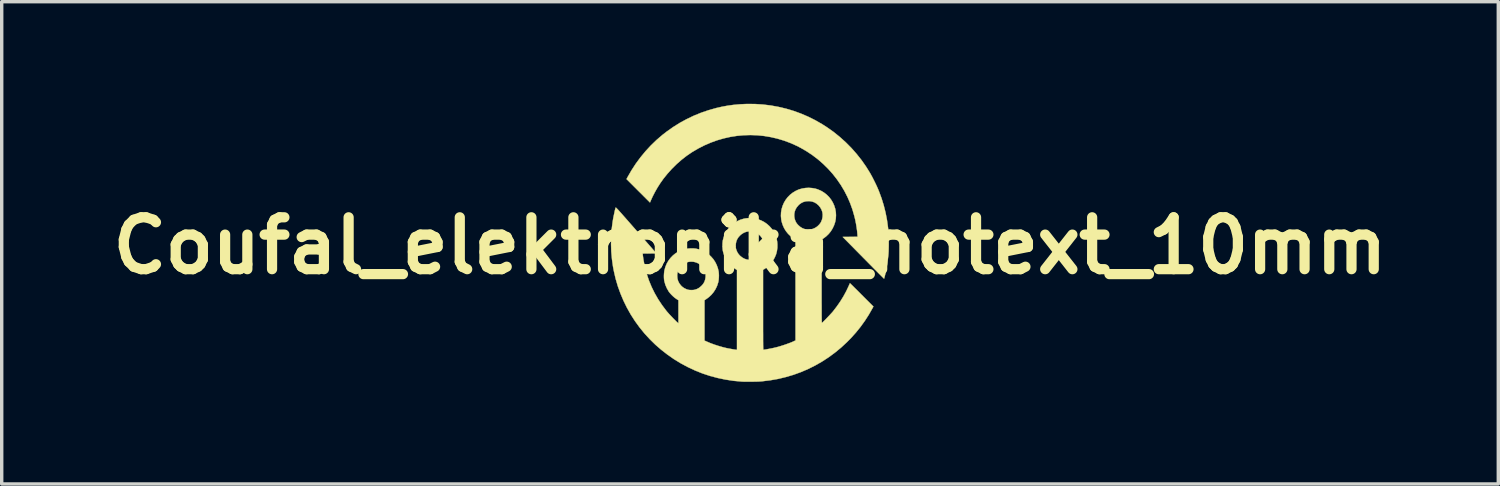
<source format=kicad_pcb>
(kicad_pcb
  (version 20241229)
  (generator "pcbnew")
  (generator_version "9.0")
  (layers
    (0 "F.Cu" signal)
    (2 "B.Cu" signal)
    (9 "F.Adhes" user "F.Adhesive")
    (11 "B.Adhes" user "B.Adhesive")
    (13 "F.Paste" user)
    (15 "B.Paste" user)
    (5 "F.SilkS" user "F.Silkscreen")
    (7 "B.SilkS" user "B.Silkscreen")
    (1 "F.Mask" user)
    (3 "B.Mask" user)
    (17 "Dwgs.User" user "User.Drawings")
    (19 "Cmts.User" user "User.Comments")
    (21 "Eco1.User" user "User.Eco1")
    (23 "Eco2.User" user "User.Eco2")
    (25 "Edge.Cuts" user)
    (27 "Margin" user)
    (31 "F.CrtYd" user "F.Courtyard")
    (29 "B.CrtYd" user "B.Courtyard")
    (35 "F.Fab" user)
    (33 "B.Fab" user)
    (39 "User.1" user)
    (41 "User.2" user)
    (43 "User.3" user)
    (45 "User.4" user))
  (footprint "Coufal_elektronika_notext_10mm"
    (layer "F.Cu")
    (at 18.985 4.169)
    (property "Reference" "Coufal_elektronika_notext_10mm" (at 0 0 0) (layer "F.SilkS") (effects (font (size 1.524 1.524) (thickness 0.3))))
    (attr through_hole)
    (fp_poly (pts (xy 0.146 -4.163) (xy 0.379 -4.148) (xy 0.609 -4.12) (xy 0.836 -4.079) (xy 1.06 -4.026) (xy 1.281 -3.96) (xy 1.498 -3.881) (xy 1.71 -3.79) (xy 1.918 -3.686) (xy 2.12 -3.57) (xy 2.265 -3.477) (xy 2.457 -3.341) (xy 2.639 -3.194) (xy 2.813 -3.037) (xy 2.978 -2.871) (xy 3.132 -2.696) (xy 3.278 -2.512) (xy 3.413 -2.318) (xy 3.528 -2.133) (xy 3.558 -2.079) (xy 3.593 -2.015) (xy 3.629 -1.944) (xy 3.666 -1.87) (xy 3.702 -1.796) (xy 3.735 -1.724) (xy 3.764 -1.657) (xy 3.788 -1.599) (xy 3.864 -1.394) (xy 3.928 -1.187) (xy 3.981 -0.976) (xy 4.023 -0.761) (xy 4.054 -0.538) (xy 4.063 -0.457) (xy 4.067 -0.406) (xy 4.071 -0.345) (xy 4.073 -0.275) (xy 4.075 -0.2) (xy 4.076 -0.121) (xy 4.076 -0.041) (xy 4.075 0.037) (xy 4.073 0.111) (xy 4.071 0.179) (xy 4.067 0.239) (xy 4.063 0.286) (xy 4.051 0.389) (xy 4.038 0.491) (xy 4.023 0.587) (xy 4.008 0.672) (xy 4 0.712) (xy 3.991 0.754) (xy 3.982 0.798) (xy 3.972 0.84) (xy 3.963 0.88) (xy 3.954 0.914) (xy 3.947 0.941) (xy 3.941 0.96) (xy 3.938 0.968) (xy 3.938 0.968) (xy 3.932 0.963) (xy 3.918 0.949) (xy 3.896 0.927) (xy 3.866 0.897) (xy 3.829 0.86) (xy 3.785 0.816) (xy 3.735 0.765) (xy 3.679 0.71) (xy 3.619 0.649) (xy 3.554 0.583) (xy 3.486 0.514) (xy 3.414 0.441) (xy 3.34 0.366) (xy 3.328 0.354) (xy 2.723 -0.259) (xy 2.942 -0.26) (xy 3.16 -0.262) (xy 3.156 -0.329) (xy 3.147 -0.43) (xy 3.132 -0.539) (xy 3.113 -0.653) (xy 3.09 -0.768) (xy 3.067 -0.863) (xy 3.011 -1.059) (xy 2.942 -1.25) (xy 2.862 -1.435) (xy 2.77 -1.614) (xy 2.667 -1.786) (xy 2.553 -1.952) (xy 2.429 -2.11) (xy 2.295 -2.26) (xy 2.152 -2.401) (xy 2 -2.534) (xy 1.839 -2.657) (xy 1.67 -2.77) (xy 1.493 -2.873) (xy 1.375 -2.934) (xy 1.187 -3.018) (xy 0.996 -3.089) (xy 0.803 -3.147) (xy 0.607 -3.192) (xy 0.41 -3.225) (xy 0.212 -3.245) (xy 0.014 -3.252) (xy -0.185 -3.246) (xy -0.383 -3.228) (xy -0.58 -3.197) (xy -0.775 -3.153) (xy -0.968 -3.097) (xy -1.158 -3.028) (xy -1.345 -2.947) (xy -1.528 -2.853) (xy -1.701 -2.751) (xy -1.857 -2.645) (xy -2.009 -2.527) (xy -2.155 -2.399) (xy -2.294 -2.261) (xy -2.424 -2.117) (xy -2.545 -1.967) (xy -2.639 -1.834) (xy -2.718 -1.71) (xy -2.792 -1.58) (xy -2.859 -1.45) (xy -2.904 -1.352) (xy -2.939 -1.27) (xy -3.284 -1.614) (xy -3.628 -1.958) (xy -3.597 -2.016) (xy -3.481 -2.217) (xy -3.354 -2.412) (xy -3.216 -2.599) (xy -3.068 -2.778) (xy -2.911 -2.948) (xy -2.745 -3.108) (xy -2.57 -3.258) (xy -2.449 -3.352) (xy -2.259 -3.486) (xy -2.063 -3.609) (xy -1.859 -3.72) (xy -1.65 -3.82) (xy -1.436 -3.907) (xy -1.217 -3.982) (xy -0.995 -4.044) (xy -0.994 -4.045) (xy -0.821 -4.084) (xy -0.652 -4.115) (xy -0.483 -4.138) (xy -0.311 -4.154) (xy -0.131 -4.163) (xy -0.087 -4.164) (xy 0.146 -4.163)) (stroke (width 0.01) (type solid)) (fill yes) (layer "F.SilkS"))
    (fp_poly (pts (xy 1.825 -1.694) (xy 1.92 -1.677) (xy 1.991 -1.655) (xy 2.084 -1.615) (xy 2.171 -1.563) (xy 2.25 -1.502) (xy 2.321 -1.432) (xy 2.382 -1.354) (xy 2.433 -1.269) (xy 2.474 -1.178) (xy 2.504 -1.083) (xy 2.521 -0.983) (xy 2.526 -0.894) (xy 2.52 -0.793) (xy 2.501 -0.694) (xy 2.469 -0.599) (xy 2.426 -0.508) (xy 2.373 -0.422) (xy 2.309 -0.344) (xy 2.236 -0.274) (xy 2.162 -0.218) (xy 2.103 -0.179) (xy 2.103 1.046) (xy 2.103 1.197) (xy 2.103 1.335) (xy 2.103 1.46) (xy 2.103 1.574) (xy 2.103 1.677) (xy 2.104 1.769) (xy 2.104 1.851) (xy 2.104 1.924) (xy 2.104 1.987) (xy 2.104 2.043) (xy 2.105 2.09) (xy 2.105 2.131) (xy 2.106 2.165) (xy 2.106 2.192) (xy 2.107 2.215) (xy 2.108 2.232) (xy 2.109 2.245) (xy 2.11 2.255) (xy 2.111 2.261) (xy 2.112 2.264) (xy 2.113 2.266) (xy 2.115 2.266) (xy 2.115 2.265) (xy 2.125 2.258) (xy 2.143 2.241) (xy 2.167 2.218) (xy 2.196 2.189) (xy 2.228 2.156) (xy 2.263 2.12) (xy 2.298 2.083) (xy 2.333 2.046) (xy 2.366 2.01) (xy 2.396 1.978) (xy 2.421 1.95) (xy 2.439 1.929) (xy 2.549 1.786) (xy 2.651 1.639) (xy 2.744 1.489) (xy 2.826 1.338) (xy 2.897 1.188) (xy 2.91 1.158) (xy 2.921 1.133) (xy 2.929 1.114) (xy 2.935 1.103) (xy 2.936 1.102) (xy 2.942 1.107) (xy 2.956 1.12) (xy 2.977 1.141) (xy 3.007 1.17) (xy 3.042 1.205) (xy 3.083 1.246) (xy 3.13 1.292) (xy 3.18 1.342) (xy 3.234 1.396) (xy 3.282 1.445) (xy 3.625 1.787) (xy 3.602 1.829) (xy 3.491 2.024) (xy 3.372 2.209) (xy 3.246 2.384) (xy 3.111 2.551) (xy 2.966 2.713) (xy 2.851 2.829) (xy 2.678 2.99) (xy 2.497 3.139) (xy 2.31 3.277) (xy 2.116 3.403) (xy 1.915 3.518) (xy 1.709 3.621) (xy 1.497 3.712) (xy 1.279 3.791) (xy 1.056 3.857) (xy 0.829 3.912) (xy 0.597 3.953) (xy 0.361 3.982) (xy 0.333 3.985) (xy 0.296 3.987) (xy 0.248 3.99) (xy 0.191 3.992) (xy 0.129 3.993) (xy 0.064 3.994) (xy -0.002 3.995) (xy -0.066 3.995) (xy -0.126 3.995) (xy -0.179 3.994) (xy -0.223 3.992) (xy -0.245 3.991) (xy -0.485 3.969) (xy -0.72 3.933) (xy -0.95 3.885) (xy -1.176 3.825) (xy -1.397 3.752) (xy -1.613 3.666) (xy -1.823 3.568) (xy -2.029 3.458) (xy -2.229 3.336) (xy -2.423 3.201) (xy -2.607 3.058) (xy -2.782 2.906) (xy -2.946 2.745) (xy -3.101 2.576) (xy -3.246 2.398) (xy -3.38 2.213) (xy -3.504 2.02) (xy -3.616 1.821) (xy -3.717 1.615) (xy -3.806 1.404) (xy -3.884 1.188) (xy -3.949 0.967) (xy -4.001 0.741) (xy -4.025 0.615) (xy -4.056 0.396) (xy -4.076 0.175) (xy -4.083 -0.047) (xy -4.079 -0.268) (xy -4.064 -0.487) (xy -4.036 -0.702) (xy -4.021 -0.793) (xy -4.013 -0.836) (xy -4.003 -0.883) (xy -3.993 -0.93) (xy -3.983 -0.977) (xy -3.974 -1.021) (xy -3.965 -1.059) (xy -3.957 -1.089) (xy -3.951 -1.11) (xy -3.949 -1.117) (xy -3.947 -1.119) (xy -3.946 -1.12) (xy -3.943 -1.12) (xy -3.939 -1.118) (xy -3.933 -1.114) (xy -3.924 -1.106) (xy -3.913 -1.095) (xy -3.899 -1.08) (xy -3.88 -1.061) (xy -3.858 -1.037) (xy -3.832 -1.007) (xy -3.8 -0.972) (xy -3.763 -0.93) (xy -3.72 -0.881) (xy -3.67 -0.825) (xy -3.614 -0.761) (xy -3.551 -0.689) (xy -3.48 -0.608) (xy -3.4 -0.517) (xy -3.346 -0.455) (xy -2.751 0.225) (xy -2.952 0.227) (xy -3.153 0.229) (xy -3.149 0.28) (xy -3.146 0.305) (xy -3.141 0.34) (xy -3.136 0.38) (xy -3.129 0.42) (xy -3.128 0.429) (xy -3.088 0.63) (xy -3.035 0.828) (xy -2.97 1.021) (xy -2.892 1.21) (xy -2.802 1.393) (xy -2.7 1.571) (xy -2.586 1.743) (xy -2.461 1.909) (xy -2.434 1.942) (xy -2.41 1.969) (xy -2.381 2.002) (xy -2.347 2.039) (xy -2.31 2.078) (xy -2.273 2.117) (xy -2.236 2.155) (xy -2.201 2.19) (xy -2.171 2.22) (xy -2.146 2.244) (xy -2.128 2.259) (xy -2.103 2.279) (xy -2.103 1.602) (xy -2.165 1.562) (xy -2.21 1.53) (xy -2.257 1.49) (xy -2.304 1.445) (xy -2.346 1.399) (xy -2.381 1.356) (xy -2.389 1.344) (xy -2.443 1.25) (xy -2.486 1.151) (xy -2.515 1.048) (xy -2.521 1.021) (xy -2.526 0.98) (xy -2.529 0.929) (xy -2.529 0.88) (xy -2.139 0.88) (xy -2.139 0.894) (xy -2.132 0.968) (xy -2.112 1.037) (xy -2.079 1.103) (xy -2.034 1.163) (xy -2.007 1.191) (xy -1.97 1.222) (xy -1.924 1.251) (xy -1.875 1.275) (xy -1.827 1.292) (xy -1.82 1.294) (xy -1.784 1.3) (xy -1.74 1.302) (xy -1.694 1.302) (xy -1.652 1.299) (xy -1.623 1.293) (xy -1.557 1.271) (xy -1.497 1.238) (xy -1.442 1.193) (xy -1.428 1.18) (xy -1.386 1.134) (xy -1.355 1.088) (xy -1.332 1.039) (xy -1.317 0.99) (xy -1.305 0.919) (xy -1.305 0.848) (xy -1.317 0.78) (xy -1.34 0.716) (xy -1.373 0.656) (xy -1.414 0.603) (xy -1.463 0.557) (xy -1.52 0.519) (xy -1.583 0.491) (xy -1.651 0.473) (xy -1.713 0.468) (xy -1.763 0.469) (xy -1.807 0.475) (xy -1.849 0.487) (xy -1.895 0.506) (xy -1.908 0.512) (xy -1.967 0.548) (xy -2.02 0.593) (xy -2.065 0.648) (xy -2.095 0.699) (xy -2.116 0.747) (xy -2.129 0.79) (xy -2.137 0.832) (xy -2.139 0.88) (xy -2.529 0.88) (xy -2.529 0.873) (xy -2.526 0.817) (xy -2.521 0.765) (xy -2.514 0.722) (xy -2.486 0.621) (xy -2.447 0.527) (xy -2.397 0.44) (xy -2.336 0.36) (xy -2.267 0.288) (xy -2.189 0.225) (xy -2.103 0.172) (xy -2.01 0.13) (xy -1.911 0.099) (xy -1.869 0.09) (xy -1.826 0.084) (xy -1.774 0.08) (xy -1.718 0.078) (xy -1.663 0.079) (xy -1.614 0.083) (xy -1.586 0.087) (xy -1.485 0.111) (xy -1.39 0.147) (xy -1.301 0.194) (xy -1.219 0.251) (xy -1.146 0.318) (xy -1.08 0.393) (xy -1.024 0.477) (xy -0.979 0.567) (xy -0.944 0.664) (xy -0.923 0.755) (xy -0.917 0.809) (xy -0.914 0.871) (xy -0.916 0.937) (xy -0.921 1) (xy -0.93 1.057) (xy -0.936 1.082) (xy -0.968 1.18) (xy -1.012 1.273) (xy -1.067 1.359) (xy -1.132 1.438) (xy -1.205 1.507) (xy -1.271 1.557) (xy -1.337 1.601) (xy -1.337 2.787) (xy -1.284 2.811) (xy -1.172 2.859) (xy -1.051 2.904) (xy -0.924 2.945) (xy -0.796 2.982) (xy -0.706 3.004) (xy -0.669 3.012) (xy -0.628 3.02) (xy -0.584 3.028) (xy -0.539 3.036) (xy -0.496 3.044) (xy -0.458 3.05) (xy -0.427 3.055) (xy -0.405 3.057) (xy -0.398 3.057) (xy -0.383 3.057) (xy -0.383 0.714) (xy -0.452 0.668) (xy -0.534 0.605) (xy -0.607 0.533) (xy -0.67 0.453) (xy -0.722 0.364) (xy -0.764 0.269) (xy -0.794 0.167) (xy -0.797 0.153) (xy -0.804 0.11) (xy -0.808 0.058) (xy -0.81 0.001) (xy -0.809 -0.003) (xy -0.419 -0.003) (xy -0.419 0.033) (xy -0.417 0.061) (xy -0.413 0.084) (xy -0.406 0.109) (xy -0.401 0.124) (xy -0.377 0.182) (xy -0.348 0.231) (xy -0.311 0.276) (xy -0.287 0.3) (xy -0.229 0.346) (xy -0.165 0.382) (xy -0.096 0.405) (xy -0.091 0.406) (xy -0.041 0.413) (xy 0.014 0.414) (xy 0.07 0.408) (xy 0.119 0.398) (xy 0.121 0.397) (xy 0.189 0.369) (xy 0.249 0.33) (xy 0.302 0.283) (xy 0.346 0.227) (xy 0.38 0.165) (xy 0.403 0.097) (xy 0.414 0.026) (xy 0.415 -0.03) (xy 0.404 -0.103) (xy 0.38 -0.171) (xy 0.346 -0.234) (xy 0.302 -0.29) (xy 0.249 -0.338) (xy 0.187 -0.376) (xy 0.118 -0.404) (xy 0.097 -0.41) (xy 0.024 -0.422) (xy -0.047 -0.421) (xy -0.117 -0.407) (xy -0.184 -0.38) (xy -0.246 -0.341) (xy -0.285 -0.309) (xy -0.336 -0.255) (xy -0.374 -0.197) (xy -0.4 -0.136) (xy -0.415 -0.07) (xy -0.419 -0.003) (xy -0.809 -0.003) (xy -0.809 -0.056) (xy -0.805 -0.109) (xy -0.799 -0.154) (xy -0.798 -0.16) (xy -0.769 -0.262) (xy -0.73 -0.358) (xy -0.679 -0.447) (xy -0.619 -0.528) (xy -0.549 -0.601) (xy -0.471 -0.664) (xy -0.385 -0.717) (xy -0.291 -0.76) (xy -0.191 -0.791) (xy -0.167 -0.797) (xy -0.118 -0.805) (xy -0.061 -0.81) (xy -0.000416 -0.812) (xy 0.058 -0.81) (xy 0.111 -0.805) (xy 0.122 -0.804) (xy 0.225 -0.78) (xy 0.322 -0.745) (xy 0.413 -0.698) (xy 0.496 -0.641) (xy 0.572 -0.573) (xy 0.64 -0.496) (xy 0.697 -0.41) (xy 0.724 -0.359) (xy 0.759 -0.28) (xy 0.783 -0.201) (xy 0.798 -0.119) (xy 0.804 -0.046) (xy 0.803 0.059) (xy 0.79 0.158) (xy 0.765 0.254) (xy 0.726 0.346) (xy 0.675 0.438) (xy 0.667 0.449) (xy 0.633 0.496) (xy 0.59 0.545) (xy 0.543 0.592) (xy 0.494 0.634) (xy 0.447 0.668) (xy 0.442 0.672) (xy 0.383 0.709) (xy 0.383 1.883) (xy 0.383 2.032) (xy 0.383 2.169) (xy 0.383 2.293) (xy 0.383 2.405) (xy 0.383 2.506) (xy 0.384 2.596) (xy 0.384 2.676) (xy 0.384 2.747) (xy 0.384 2.809) (xy 0.385 2.862) (xy 0.385 2.908) (xy 0.386 2.946) (xy 0.386 2.978) (xy 0.387 3.003) (xy 0.388 3.023) (xy 0.389 3.037) (xy 0.39 3.048) (xy 0.391 3.054) (xy 0.392 3.057) (xy 0.393 3.057) (xy 0.408 3.056) (xy 0.434 3.052) (xy 0.469 3.047) (xy 0.51 3.039) (xy 0.555 3.031) (xy 0.601 3.022) (xy 0.647 3.013) (xy 0.69 3.004) (xy 0.728 2.995) (xy 0.75 2.99) (xy 0.817 2.973) (xy 0.889 2.952) (xy 0.964 2.928) (xy 1.038 2.904) (xy 1.11 2.878) (xy 1.178 2.853) (xy 1.238 2.829) (xy 1.288 2.806) (xy 1.305 2.798) (xy 1.337 2.782) (xy 1.337 1.302) (xy 1.336 -0.178) (xy 1.27 -0.221) (xy 1.19 -0.281) (xy 1.119 -0.35) (xy 1.056 -0.428) (xy 1.003 -0.514) (xy 0.962 -0.605) (xy 0.931 -0.701) (xy 0.917 -0.773) (xy 0.909 -0.863) (xy 1.299 -0.863) (xy 1.31 -0.797) (xy 1.329 -0.738) (xy 1.352 -0.688) (xy 1.384 -0.642) (xy 1.421 -0.601) (xy 1.48 -0.551) (xy 1.543 -0.513) (xy 1.61 -0.488) (xy 1.68 -0.476) (xy 1.755 -0.476) (xy 1.811 -0.485) (xy 1.833 -0.491) (xy 1.861 -0.502) (xy 1.892 -0.514) (xy 1.901 -0.519) (xy 1.95 -0.547) (xy 1.997 -0.585) (xy 2.039 -0.628) (xy 2.073 -0.673) (xy 2.088 -0.7) (xy 2.117 -0.773) (xy 2.132 -0.846) (xy 2.135 -0.918) (xy 2.125 -0.989) (xy 2.101 -1.057) (xy 2.066 -1.121) (xy 2.018 -1.181) (xy 2.009 -1.19) (xy 1.953 -1.238) (xy 1.892 -1.274) (xy 1.827 -1.297) (xy 1.755 -1.309) (xy 1.717 -1.31) (xy 1.642 -1.305) (xy 1.574 -1.287) (xy 1.511 -1.258) (xy 1.452 -1.216) (xy 1.425 -1.19) (xy 1.376 -1.133) (xy 1.338 -1.07) (xy 1.313 -1.003) (xy 1.3 -0.933) (xy 1.299 -0.863) (xy 0.909 -0.863) (xy 0.908 -0.875) (xy 0.912 -0.976) (xy 0.928 -1.074) (xy 0.956 -1.168) (xy 0.995 -1.259) (xy 1.044 -1.343) (xy 1.103 -1.421) (xy 1.172 -1.492) (xy 1.249 -1.554) (xy 1.335 -1.607) (xy 1.428 -1.65) (xy 1.443 -1.655) (xy 1.534 -1.681) (xy 1.629 -1.696) (xy 1.727 -1.701) (xy 1.825 -1.694)) (stroke (width 0.01) (type solid)) (fill yes) (layer "F.SilkS")))
  (gr_rect
    (start -3 -3)
    (end 40.969 11.169)
    (stroke (width 0.1) (type default))
    (fill no)
    (layer "Edge.Cuts")))
</source>
